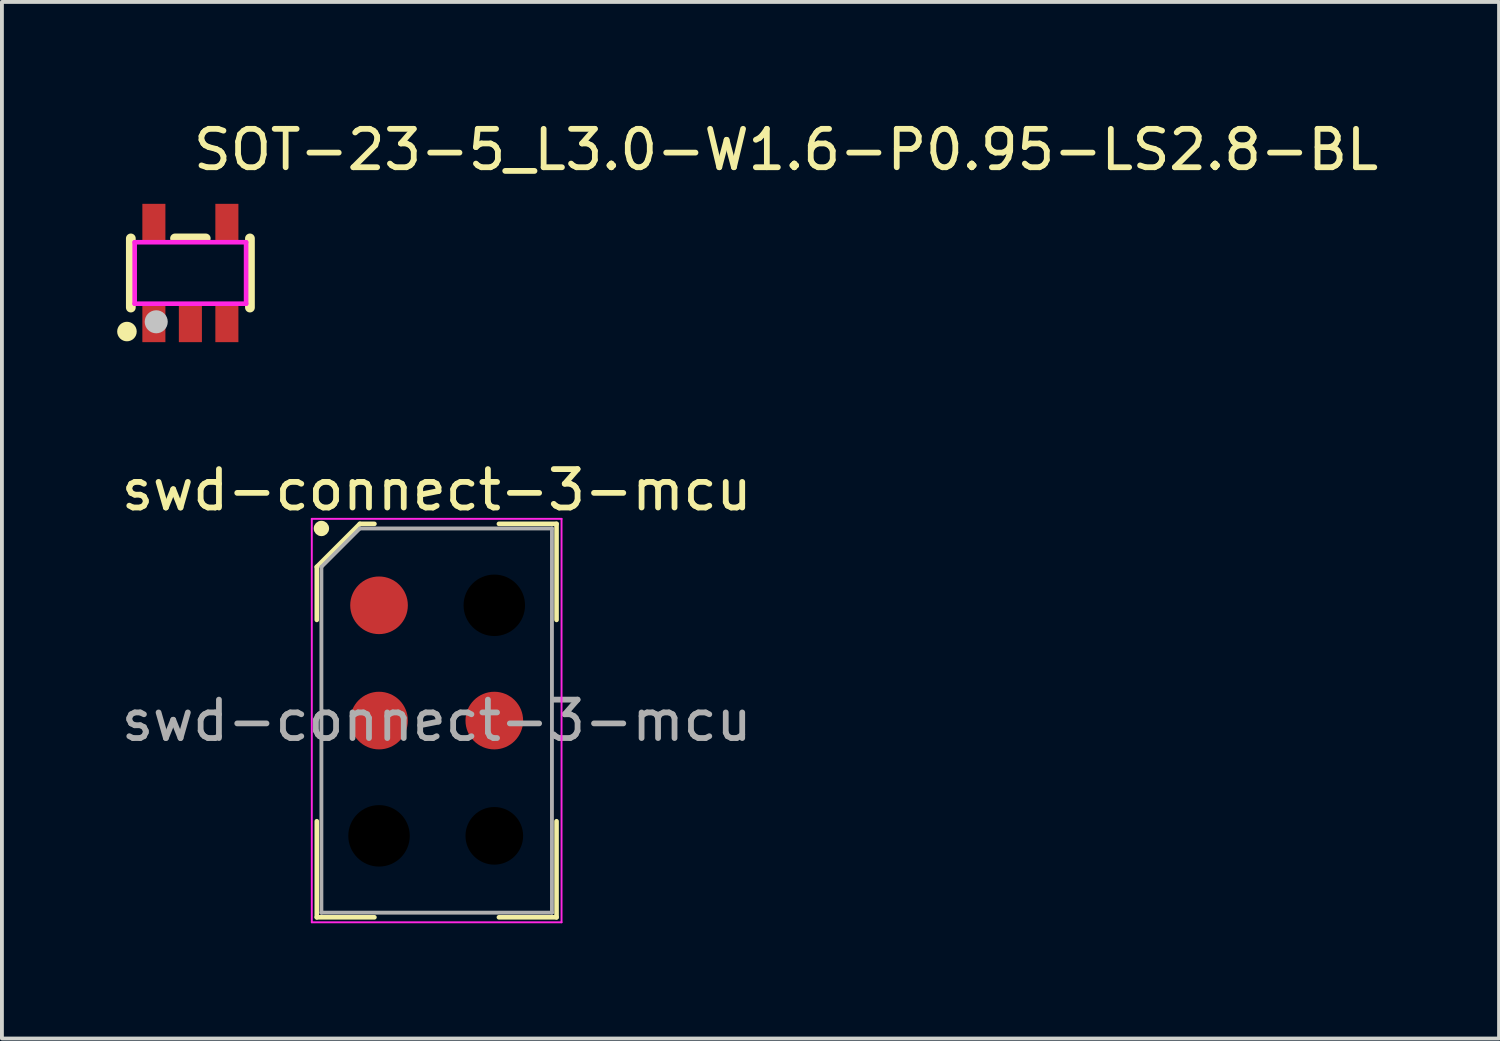
<source format=kicad_pcb>
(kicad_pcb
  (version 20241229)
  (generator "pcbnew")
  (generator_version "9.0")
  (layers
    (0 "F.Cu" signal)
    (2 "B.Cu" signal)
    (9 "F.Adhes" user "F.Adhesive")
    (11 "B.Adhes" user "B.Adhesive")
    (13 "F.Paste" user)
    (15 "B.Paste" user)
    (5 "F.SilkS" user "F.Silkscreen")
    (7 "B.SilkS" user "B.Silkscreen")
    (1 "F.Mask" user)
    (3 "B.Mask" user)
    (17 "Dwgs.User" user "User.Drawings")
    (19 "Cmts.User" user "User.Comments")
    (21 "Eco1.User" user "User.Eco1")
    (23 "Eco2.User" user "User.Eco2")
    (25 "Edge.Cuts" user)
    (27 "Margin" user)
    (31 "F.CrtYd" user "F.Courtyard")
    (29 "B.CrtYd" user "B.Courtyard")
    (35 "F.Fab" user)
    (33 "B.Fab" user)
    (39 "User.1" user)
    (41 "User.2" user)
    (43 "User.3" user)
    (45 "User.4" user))
  (footprint "SOT-23-5_L3.0-W1.6-P0.95-LS2.8-BL"
    (layer "F.Cu")
    (at 1.905 4.055)
    (property "Reference" "SOT-23-5_L3.0-W1.6-P0.95-LS2.8-BL" (at 0 -3.207 0) (layer "F.SilkS") (effects (font (size 1 1) (thickness 0.15)) (justify left)))
    (attr through_hole)
    (fp_line (start -1.55 -0.9) (end -1.55 0.9) (stroke (width 0.254) (type solid)) (layer "F.SilkS"))
    (fp_line (start -0.4 -0.9) (end 0.4 -0.9) (stroke (width 0.254) (type solid)) (layer "F.SilkS"))
    (fp_line (start 1.55 -0.9) (end 1.55 0.9) (stroke (width 0.254) (type solid)) (layer "F.SilkS"))
    (fp_circle (center -1.651 1.524) (end -1.524 1.524) (stroke (width 0.254) (type solid)) (fill no) (layer "F.SilkS"))
    (fp_circle (center -0.889 1.27) (end -0.739 1.27) (stroke (width 0.3) (type solid)) (fill no) (layer "Dwgs.User"))
    (fp_line (start -1.15 -0.96) (end -0.75 -0.96) (stroke (width 0.12) (type solid)) (layer "Eco2.User"))
    (fp_line (start -1.15 -0.79) (end -1.15 -0.96) (stroke (width 0.12) (type solid)) (layer "Eco2.User"))
    (fp_line (start -1.15 0.79) (end -0.75 0.79) (stroke (width 0.12) (type solid)) (layer "Eco2.User"))
    (fp_line (start -1.15 0.96) (end -1.15 0.79) (stroke (width 0.12) (type solid)) (layer "Eco2.User"))
    (fp_line (start -0.75 -0.96) (end -0.75 -0.79) (stroke (width 0.12) (type solid)) (layer "Eco2.User"))
    (fp_line (start -0.75 -0.79) (end -1.15 -0.79) (stroke (width 0.12) (type solid)) (layer "Eco2.User"))
    (fp_line (start -0.75 0.79) (end -0.75 0.96) (stroke (width 0.12) (type solid)) (layer "Eco2.User"))
    (fp_line (start -0.75 0.96) (end -1.15 0.96) (stroke (width 0.12) (type solid)) (layer "Eco2.User"))
    (fp_line (start -0.2 0.79) (end 0.2 0.79) (stroke (width 0.12) (type solid)) (layer "Eco2.User"))
    (fp_line (start -0.2 0.96) (end -0.2 0.79) (stroke (width 0.12) (type solid)) (layer "Eco2.User"))
    (fp_line (start 0.2 0.79) (end 0.2 0.96) (stroke (width 0.12) (type solid)) (layer "Eco2.User"))
    (fp_line (start 0.2 0.96) (end -0.2 0.96) (stroke (width 0.12) (type solid)) (layer "Eco2.User"))
    (fp_line (start 0.75 -0.96) (end 1.15 -0.96) (stroke (width 0.12) (type solid)) (layer "Eco2.User"))
    (fp_line (start 0.75 -0.79) (end 0.75 -0.96) (stroke (width 0.12) (type solid)) (layer "Eco2.User"))
    (fp_line (start 0.75 0.79) (end 1.15 0.79) (stroke (width 0.12) (type solid)) (layer "Eco2.User"))
    (fp_line (start 0.75 0.96) (end 0.75 0.79) (stroke (width 0.12) (type solid)) (layer "Eco2.User"))
    (fp_line (start 1.15 -0.96) (end 1.15 -0.79) (stroke (width 0.12) (type solid)) (layer "Eco2.User"))
    (fp_line (start 1.15 -0.79) (end 0.75 -0.79) (stroke (width 0.12) (type solid)) (layer "Eco2.User"))
    (fp_line (start 1.15 0.79) (end 1.15 0.96) (stroke (width 0.12) (type solid)) (layer "Eco2.User"))
    (fp_line (start 1.15 0.96) (end 0.75 0.96) (stroke (width 0.12) (type solid)) (layer "Eco2.User"))
    (fp_circle (center -1.45 1.4) (end -1.42 1.4) (stroke (width 0.06) (type solid)) (fill no) (layer "Eco2.User"))
    (fp_poly (pts (xy -1.15 -1.4) (xy -0.75 -1.4) (xy -0.75 -0.95) (xy -1.15 -0.95)) (stroke (width 0.12) (type solid)) (fill no) (layer "Eco2.User"))
    (fp_poly (pts (xy -1.15 0.95) (xy -0.75 0.95) (xy -0.75 1.4) (xy -1.15 1.4)) (stroke (width 0.12) (type solid)) (fill no) (layer "Eco2.User"))
    (fp_poly (pts (xy -0.2 0.95) (xy 0.2 0.95) (xy 0.2 1.4) (xy -0.2 1.4)) (stroke (width 0.12) (type solid)) (fill no) (layer "Eco2.User"))
    (fp_poly (pts (xy 0.75 -1.4) (xy 1.15 -1.4) (xy 1.15 -0.95) (xy 0.75 -0.95)) (stroke (width 0.12) (type solid)) (fill no) (layer "Eco2.User"))
    (fp_poly (pts (xy 0.75 0.95) (xy 1.15 0.95) (xy 1.15 1.4) (xy 0.75 1.4)) (stroke (width 0.12) (type solid)) (fill no) (layer "Eco2.User"))
    (fp_line (start -1.45 -0.8) (end 1.45 -0.8) (stroke (width 0.12) (type solid)) (layer "F.CrtYd"))
    (fp_line (start -1.45 0.8) (end -1.45 -0.8) (stroke (width 0.12) (type solid)) (layer "F.CrtYd"))
    (fp_line (start 1.45 -0.8) (end 1.45 0.8) (stroke (width 0.12) (type solid)) (layer "F.CrtYd"))
    (fp_line (start 1.45 0.8) (end -1.45 0.8) (stroke (width 0.12) (type solid)) (layer "F.CrtYd"))
    (pad "1" smd rect (at -0.95 1.3 270) (size 1 0.6) (layers "F.Cu" "F.Mask" "F.Paste"))
    (pad "2" smd rect (at 0 1.3 270) (size 1 0.6) (layers "F.Cu" "F.Mask" "F.Paste"))
    (pad "3" smd rect (at 0.95 1.3 270) (size 1 0.6) (layers "F.Cu" "F.Mask" "F.Paste"))
    (pad "4" smd rect (at 0.95 -1.3 270) (size 1 0.6) (layers "F.Cu" "F.Mask" "F.Paste"))
    (pad "5" smd rect (at -0.95 -1.3 270) (size 1 0.6) (layers "F.Cu" "F.Mask" "F.Paste")))
  (footprint "swd-connect-3-mcu"
    (layer "F.Cu")
    (at 8.315 15.704)
    (property "Reference" "swd-connect-3-mcu" (at 0 -6 0) (layer "F.SilkS") (effects (font (size 1 1) (thickness 0.15))))
    (attr smd)
    (fp_line (start -3.12 -4) (end -3.12 -2.62) (stroke (width 0.12) (type default)) (layer "F.SilkS"))
    (fp_line (start -3.12 5.12) (end -3.12 2.62) (stroke (width 0.12) (type default)) (layer "F.SilkS"))
    (fp_line (start -2 -5.12) (end -3.12 -4) (stroke (width 0.12) (type default)) (layer "F.SilkS"))
    (fp_line (start -1.62 -5.12) (end -2 -5.12) (stroke (width 0.12) (type default)) (layer "F.SilkS"))
    (fp_line (start -1.62 5.12) (end -3.12 5.12) (stroke (width 0.12) (type default)) (layer "F.SilkS"))
    (fp_line (start 1.62 -5.12) (end 3.12 -5.12) (stroke (width 0.12) (type default)) (layer "F.SilkS"))
    (fp_line (start 1.62 5.12) (end 3.12 5.12) (stroke (width 0.12) (type default)) (layer "F.SilkS"))
    (fp_line (start 3.12 -5.12) (end 3.12 -2.62) (stroke (width 0.12) (type default)) (layer "F.SilkS"))
    (fp_line (start 3.12 5.12) (end 3.12 2.62) (stroke (width 0.12) (type default)) (layer "F.SilkS"))
    (fp_circle (center -3 -5) (end -3 -4.9) (stroke (width 0.2) (type default)) (fill no) (layer "F.SilkS"))
    (fp_line (start -3.25 -5.25) (end 3.25 -5.25) (stroke (width 0.05) (type default)) (layer "F.CrtYd"))
    (fp_line (start -3.25 5.25) (end -3.25 -5.25) (stroke (width 0.05) (type default)) (layer "F.CrtYd"))
    (fp_line (start 3.25 -5.25) (end 3.25 5.25) (stroke (width 0.05) (type default)) (layer "F.CrtYd"))
    (fp_line (start 3.25 5.25) (end -3.25 5.25) (stroke (width 0.05) (type default)) (layer "F.CrtYd"))
    (fp_line (start -3 -4) (end -3 5) (stroke (width 0.1) (type default)) (layer "F.Fab"))
    (fp_line (start -3 5) (end 3 5) (stroke (width 0.1) (type default)) (layer "F.Fab"))
    (fp_line (start -2 -5) (end -3 -4) (stroke (width 0.1) (type default)) (layer "F.Fab"))
    (fp_line (start 3 -5) (end -2 -5) (stroke (width 0.1) (type default)) (layer "F.Fab"))
    (fp_line (start 3 5) (end 3 -5) (stroke (width 0.1) (type default)) (layer "F.Fab"))
    (fp_text user "${REFERENCE}" (at 0 0 0) (layer "F.Fab") (effects (font (size 1 1) (thickness 0.15))))
    (pad "" np_thru_hole circle (at -1.5 3) (size 1.6 1.6) (drill 1.6) (layers "*.Mask"))
    (pad "" np_thru_hole circle (at 1.5 -3) (size 1.6 1.6) (drill 1.6) (layers "*.Mask"))
    (pad "" np_thru_hole circle (at 1.5 3) (size 1.6 1.6) (drill 1.5) (layers "*.Mask"))
    (pad "1" smd circle (at -1.5 -3) (size 1.5 1.5) (layers "F.Cu" "F.Mask" "F.Paste"))
    (pad "2" smd circle (at -1.5 0) (size 1.5 1.5) (layers "F.Cu" "F.Mask" "F.Paste"))
    (pad "3" smd circle (at 1.5 0) (size 1.5 1.5) (layers "F.Cu" "F.Mask" "F.Paste")))
  (gr_rect
    (start -3 -3)
    (end 35.965 23.979)
    (stroke (width 0.1) (type default))
    (fill no)
    (layer "Edge.Cuts")))
</source>
